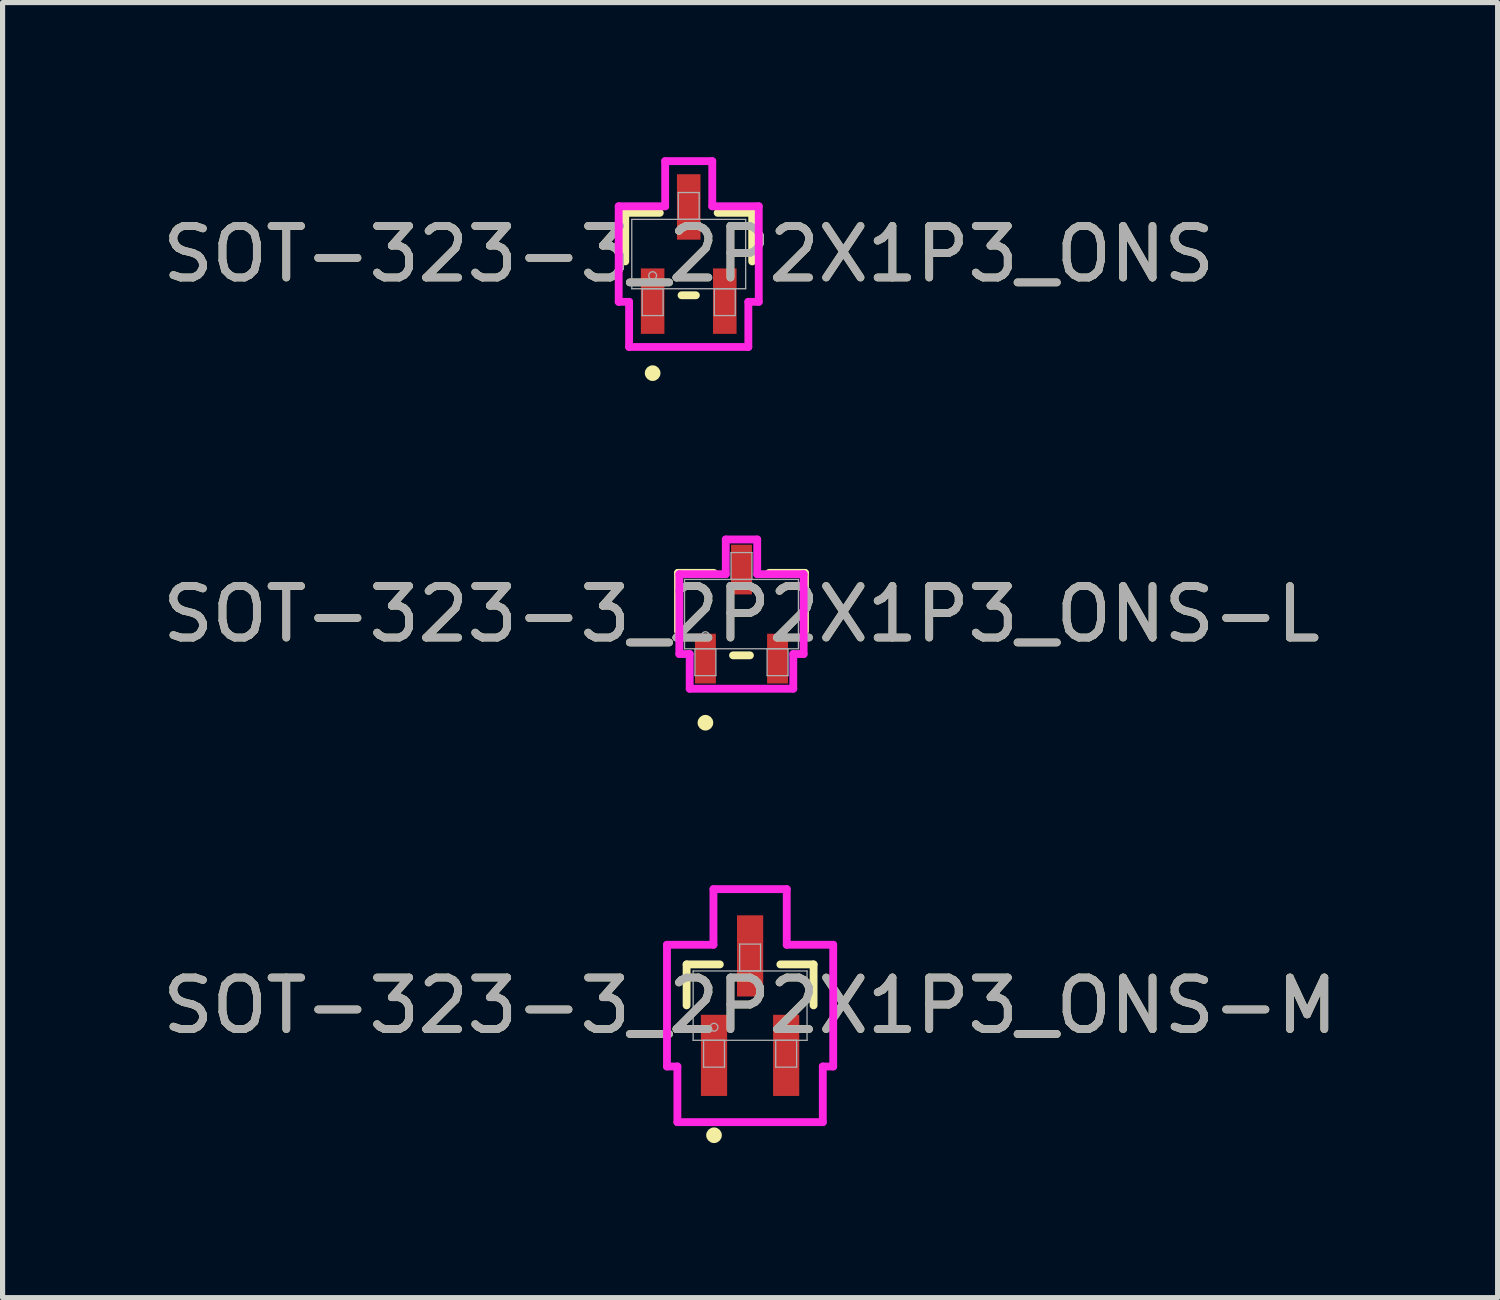
<source format=kicad_pcb>
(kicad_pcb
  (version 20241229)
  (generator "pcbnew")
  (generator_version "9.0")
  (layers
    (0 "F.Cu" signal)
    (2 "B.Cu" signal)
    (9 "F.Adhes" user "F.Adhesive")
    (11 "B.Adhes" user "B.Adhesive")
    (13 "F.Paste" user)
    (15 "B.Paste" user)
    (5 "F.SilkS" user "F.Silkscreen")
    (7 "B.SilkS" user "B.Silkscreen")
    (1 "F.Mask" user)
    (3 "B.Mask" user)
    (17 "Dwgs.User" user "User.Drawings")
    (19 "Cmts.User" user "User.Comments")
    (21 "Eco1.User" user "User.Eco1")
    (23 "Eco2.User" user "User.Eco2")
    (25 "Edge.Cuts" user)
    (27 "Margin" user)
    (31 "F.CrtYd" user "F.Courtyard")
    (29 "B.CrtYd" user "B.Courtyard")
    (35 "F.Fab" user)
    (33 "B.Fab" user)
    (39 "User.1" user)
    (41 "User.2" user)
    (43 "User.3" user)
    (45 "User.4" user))
  (footprint "SOT-323-3_2P2X1P3_ONS"
    (layer "F.Cu")
    (at 10.315 1.88)
    (property "Reference" "SOT-323-3_2P2X1P3_ONS" (at 0 0 0) (unlocked yes) (layer "F.SilkS") (effects (font (size 1 1) (thickness 0.15))))
    (attr smd)
    (fp_line (start -1.232 -0.8) (end -1.232 0.143) (stroke (width 0.152) (type solid)) (layer "F.SilkS"))
    (fp_line (start -0.561 -0.8) (end -1.232 -0.8) (stroke (width 0.152) (type solid)) (layer "F.SilkS"))
    (fp_line (start -0.139 0.8) (end 0.139 0.8) (stroke (width 0.152) (type solid)) (layer "F.SilkS"))
    (fp_line (start 1.232 -0.8) (end 0.561 -0.8) (stroke (width 0.152) (type solid)) (layer "F.SilkS"))
    (fp_line (start 1.232 0.143) (end 1.232 -0.8) (stroke (width 0.152) (type solid)) (layer "F.SilkS"))
    (fp_circle (center -0.7 2.311) (end -0.624 2.311) (stroke (width 0.152) (type solid)) (fill no) (layer "F.SilkS"))
    (fp_line (start -1.359 -0.927) (end -0.457 -0.927) (stroke (width 0.152) (type solid)) (layer "F.CrtYd"))
    (fp_line (start -1.359 0.927) (end -1.359 -0.927) (stroke (width 0.152) (type solid)) (layer "F.CrtYd"))
    (fp_line (start -1.359 0.927) (end -1.157 0.927) (stroke (width 0.152) (type solid)) (layer "F.CrtYd"))
    (fp_line (start -1.157 0.927) (end -1.157 1.803) (stroke (width 0.152) (type solid)) (layer "F.CrtYd"))
    (fp_line (start -1.157 1.803) (end 1.157 1.803) (stroke (width 0.152) (type solid)) (layer "F.CrtYd"))
    (fp_line (start -0.457 -1.803) (end 0.457 -1.803) (stroke (width 0.152) (type solid)) (layer "F.CrtYd"))
    (fp_line (start -0.457 -0.927) (end -0.457 -1.803) (stroke (width 0.152) (type solid)) (layer "F.CrtYd"))
    (fp_line (start 0.457 -0.927) (end 0.457 -1.803) (stroke (width 0.152) (type solid)) (layer "F.CrtYd"))
    (fp_line (start 1.157 0.927) (end 1.157 1.803) (stroke (width 0.152) (type solid)) (layer "F.CrtYd"))
    (fp_line (start 1.359 -0.927) (end 0.457 -0.927) (stroke (width 0.152) (type solid)) (layer "F.CrtYd"))
    (fp_line (start 1.359 -0.927) (end 1.359 0.927) (stroke (width 0.152) (type solid)) (layer "F.CrtYd"))
    (fp_line (start 1.359 0.927) (end 1.157 0.927) (stroke (width 0.152) (type solid)) (layer "F.CrtYd"))
    (fp_line (start -1.105 -0.673) (end -1.105 0.673) (stroke (width 0.025) (type solid)) (layer "F.Fab"))
    (fp_line (start -1.105 0.673) (end 1.105 0.673) (stroke (width 0.025) (type solid)) (layer "F.Fab"))
    (fp_line (start -0.903 0.673) (end -0.903 1.194) (stroke (width 0.025) (type solid)) (layer "F.Fab"))
    (fp_line (start -0.903 1.194) (end -0.497 1.194) (stroke (width 0.025) (type solid)) (layer "F.Fab"))
    (fp_line (start -0.497 0.673) (end -0.903 0.673) (stroke (width 0.025) (type solid)) (layer "F.Fab"))
    (fp_line (start -0.497 1.194) (end -0.497 0.673) (stroke (width 0.025) (type solid)) (layer "F.Fab"))
    (fp_line (start -0.203 -1.194) (end -0.203 -0.673) (stroke (width 0.025) (type solid)) (layer "F.Fab"))
    (fp_line (start -0.203 -0.673) (end 0.203 -0.673) (stroke (width 0.025) (type solid)) (layer "F.Fab"))
    (fp_line (start 0.203 -1.194) (end -0.203 -1.194) (stroke (width 0.025) (type solid)) (layer "F.Fab"))
    (fp_line (start 0.203 -0.673) (end 0.203 -1.194) (stroke (width 0.025) (type solid)) (layer "F.Fab"))
    (fp_line (start 0.497 0.673) (end 0.497 1.194) (stroke (width 0.025) (type solid)) (layer "F.Fab"))
    (fp_line (start 0.497 1.194) (end 0.903 1.194) (stroke (width 0.025) (type solid)) (layer "F.Fab"))
    (fp_line (start 0.903 0.673) (end 0.497 0.673) (stroke (width 0.025) (type solid)) (layer "F.Fab"))
    (fp_line (start 0.903 1.194) (end 0.903 0.673) (stroke (width 0.025) (type solid)) (layer "F.Fab"))
    (fp_line (start 1.105 -0.673) (end -1.105 -0.673) (stroke (width 0.025) (type solid)) (layer "F.Fab"))
    (fp_line (start 1.105 0.673) (end 1.105 -0.673) (stroke (width 0.025) (type solid)) (layer "F.Fab"))
    (fp_circle (center -0.7 0.419) (end -0.624 0.419) (stroke (width 0.025) (type solid)) (fill no) (layer "F.Fab"))
    (fp_text user "${REFERENCE}" (at 0 0 0) (unlocked yes) (layer "F.Fab") (effects (font (size 1 1) (thickness 0.15))))
    (pad "1" smd rect (at -0.7 0.914) (size 0.457 1.27) (layers "F.Cu" "F.Mask" "F.Paste"))
    (pad "2" smd rect (at 0.7 0.914) (size 0.457 1.27) (layers "F.Cu" "F.Mask" "F.Paste"))
    (pad "3" smd rect (at 0 -0.914) (size 0.457 1.27) (layers "F.Cu" "F.Mask" "F.Paste")))
  (footprint "SOT-323-3_2P2X1P3_ONS-L"
    (layer "F.Cu")
    (at 11.339 8.867)
    (property "Reference" "SOT-323-3_2P2X1P3_ONS-L" (at 0 0 0) (unlocked yes) (layer "F.SilkS") (effects (font (size 1 1) (thickness 0.15))))
    (attr smd)
    (fp_line (start -1.232 -0.8) (end -1.232 0.329) (stroke (width 0.152) (type solid)) (layer "F.SilkS"))
    (fp_line (start -0.536 -0.8) (end -1.232 -0.8) (stroke (width 0.152) (type solid)) (layer "F.SilkS"))
    (fp_line (start -0.164 0.8) (end 0.164 0.8) (stroke (width 0.152) (type solid)) (layer "F.SilkS"))
    (fp_line (start 1.232 -0.8) (end 0.536 -0.8) (stroke (width 0.152) (type solid)) (layer "F.SilkS"))
    (fp_line (start 1.232 0.329) (end 1.232 -0.8) (stroke (width 0.152) (type solid)) (layer "F.SilkS"))
    (fp_circle (center -0.7 2.108) (end -0.624 2.108) (stroke (width 0.152) (type solid)) (fill no) (layer "F.SilkS"))
    (fp_line (start -1.206 -0.775) (end -0.305 -0.775) (stroke (width 0.152) (type solid)) (layer "F.CrtYd"))
    (fp_line (start -1.206 0.775) (end -1.206 -0.775) (stroke (width 0.152) (type solid)) (layer "F.CrtYd"))
    (fp_line (start -1.206 0.775) (end -1.005 0.775) (stroke (width 0.152) (type solid)) (layer "F.CrtYd"))
    (fp_line (start -1.005 0.775) (end -1.005 1.448) (stroke (width 0.152) (type solid)) (layer "F.CrtYd"))
    (fp_line (start -1.005 1.448) (end 1.005 1.448) (stroke (width 0.152) (type solid)) (layer "F.CrtYd"))
    (fp_line (start -0.305 -1.448) (end 0.305 -1.448) (stroke (width 0.152) (type solid)) (layer "F.CrtYd"))
    (fp_line (start -0.305 -0.775) (end -0.305 -1.448) (stroke (width 0.152) (type solid)) (layer "F.CrtYd"))
    (fp_line (start 0.305 -0.775) (end 0.305 -1.448) (stroke (width 0.152) (type solid)) (layer "F.CrtYd"))
    (fp_line (start 1.005 0.775) (end 1.005 1.448) (stroke (width 0.152) (type solid)) (layer "F.CrtYd"))
    (fp_line (start 1.206 -0.775) (end 0.305 -0.775) (stroke (width 0.152) (type solid)) (layer "F.CrtYd"))
    (fp_line (start 1.206 -0.775) (end 1.206 0.775) (stroke (width 0.152) (type solid)) (layer "F.CrtYd"))
    (fp_line (start 1.206 0.775) (end 1.005 0.775) (stroke (width 0.152) (type solid)) (layer "F.CrtYd"))
    (fp_line (start -1.105 -0.673) (end -1.105 0.673) (stroke (width 0.025) (type solid)) (layer "F.Fab"))
    (fp_line (start -1.105 0.673) (end 1.105 0.673) (stroke (width 0.025) (type solid)) (layer "F.Fab"))
    (fp_line (start -0.903 0.673) (end -0.903 1.194) (stroke (width 0.025) (type solid)) (layer "F.Fab"))
    (fp_line (start -0.903 1.194) (end -0.497 1.194) (stroke (width 0.025) (type solid)) (layer "F.Fab"))
    (fp_line (start -0.497 0.673) (end -0.903 0.673) (stroke (width 0.025) (type solid)) (layer "F.Fab"))
    (fp_line (start -0.497 1.194) (end -0.497 0.673) (stroke (width 0.025) (type solid)) (layer "F.Fab"))
    (fp_line (start -0.203 -1.194) (end -0.203 -0.673) (stroke (width 0.025) (type solid)) (layer "F.Fab"))
    (fp_line (start -0.203 -0.673) (end 0.203 -0.673) (stroke (width 0.025) (type solid)) (layer "F.Fab"))
    (fp_line (start 0.203 -1.194) (end -0.203 -1.194) (stroke (width 0.025) (type solid)) (layer "F.Fab"))
    (fp_line (start 0.203 -0.673) (end 0.203 -1.194) (stroke (width 0.025) (type solid)) (layer "F.Fab"))
    (fp_line (start 0.497 0.673) (end 0.497 1.194) (stroke (width 0.025) (type solid)) (layer "F.Fab"))
    (fp_line (start 0.497 1.194) (end 0.903 1.194) (stroke (width 0.025) (type solid)) (layer "F.Fab"))
    (fp_line (start 0.903 0.673) (end 0.497 0.673) (stroke (width 0.025) (type solid)) (layer "F.Fab"))
    (fp_line (start 0.903 1.194) (end 0.903 0.673) (stroke (width 0.025) (type solid)) (layer "F.Fab"))
    (fp_line (start 1.105 -0.673) (end -1.105 -0.673) (stroke (width 0.025) (type solid)) (layer "F.Fab"))
    (fp_line (start 1.105 0.673) (end 1.105 -0.673) (stroke (width 0.025) (type solid)) (layer "F.Fab"))
    (fp_circle (center -0.7 0.419) (end -0.624 0.419) (stroke (width 0.025) (type solid)) (fill no) (layer "F.Fab"))
    (fp_text user "${REFERENCE}" (at 0 0 0) (unlocked yes) (layer "F.Fab") (effects (font (size 1 1) (thickness 0.15))))
    (pad "1" smd rect (at -0.7 0.864) (size 0.406 0.965) (layers "F.Cu" "F.Mask" "F.Paste"))
    (pad "2" smd rect (at 0.7 0.864) (size 0.406 0.965) (layers "F.Cu" "F.Mask" "F.Paste"))
    (pad "3" smd rect (at 0 -0.864) (size 0.406 0.965) (layers "F.Cu" "F.Mask" "F.Paste")))
  (footprint "SOT-323-3_2P2X1P3_ONS-M"
    (layer "F.Cu")
    (at 11.506 16.465)
    (property "Reference" "SOT-323-3_2P2X1P3_ONS-M" (at 0 0 0) (unlocked yes) (layer "F.SilkS") (effects (font (size 1 1) (thickness 0.15))))
    (attr smd)
    (fp_line (start -1.232 -0.8) (end -1.232 -0.005) (stroke (width 0.152) (type solid)) (layer "F.SilkS"))
    (fp_line (start -0.587 -0.8) (end -1.232 -0.8) (stroke (width 0.152) (type solid)) (layer "F.SilkS"))
    (fp_line (start 1.232 -0.8) (end 0.587 -0.8) (stroke (width 0.152) (type solid)) (layer "F.SilkS"))
    (fp_line (start 1.232 -0.005) (end 1.232 -0.8) (stroke (width 0.152) (type solid)) (layer "F.SilkS"))
    (fp_circle (center -0.7 2.515) (end -0.624 2.515) (stroke (width 0.152) (type solid)) (fill no) (layer "F.SilkS"))
    (fp_line (start -1.613 -1.181) (end -0.711 -1.181) (stroke (width 0.152) (type solid)) (layer "F.CrtYd"))
    (fp_line (start -1.613 1.181) (end -1.613 -1.181) (stroke (width 0.152) (type solid)) (layer "F.CrtYd"))
    (fp_line (start -1.613 1.181) (end -1.411 1.181) (stroke (width 0.152) (type solid)) (layer "F.CrtYd"))
    (fp_line (start -1.411 1.181) (end -1.411 2.261) (stroke (width 0.152) (type solid)) (layer "F.CrtYd"))
    (fp_line (start -1.411 2.261) (end 1.411 2.261) (stroke (width 0.152) (type solid)) (layer "F.CrtYd"))
    (fp_line (start -0.711 -2.261) (end 0.711 -2.261) (stroke (width 0.152) (type solid)) (layer "F.CrtYd"))
    (fp_line (start -0.711 -1.181) (end -0.711 -2.261) (stroke (width 0.152) (type solid)) (layer "F.CrtYd"))
    (fp_line (start 0.711 -1.181) (end 0.711 -2.261) (stroke (width 0.152) (type solid)) (layer "F.CrtYd"))
    (fp_line (start 1.411 1.181) (end 1.411 2.261) (stroke (width 0.152) (type solid)) (layer "F.CrtYd"))
    (fp_line (start 1.613 -1.181) (end 0.711 -1.181) (stroke (width 0.152) (type solid)) (layer "F.CrtYd"))
    (fp_line (start 1.613 -1.181) (end 1.613 1.181) (stroke (width 0.152) (type solid)) (layer "F.CrtYd"))
    (fp_line (start 1.613 1.181) (end 1.411 1.181) (stroke (width 0.152) (type solid)) (layer "F.CrtYd"))
    (fp_line (start -1.105 -0.673) (end -1.105 0.673) (stroke (width 0.025) (type solid)) (layer "F.Fab"))
    (fp_line (start -1.105 0.673) (end 1.105 0.673) (stroke (width 0.025) (type solid)) (layer "F.Fab"))
    (fp_line (start -0.903 0.673) (end -0.903 1.194) (stroke (width 0.025) (type solid)) (layer "F.Fab"))
    (fp_line (start -0.903 1.194) (end -0.497 1.194) (stroke (width 0.025) (type solid)) (layer "F.Fab"))
    (fp_line (start -0.497 0.673) (end -0.903 0.673) (stroke (width 0.025) (type solid)) (layer "F.Fab"))
    (fp_line (start -0.497 1.194) (end -0.497 0.673) (stroke (width 0.025) (type solid)) (layer "F.Fab"))
    (fp_line (start -0.203 -1.194) (end -0.203 -0.673) (stroke (width 0.025) (type solid)) (layer "F.Fab"))
    (fp_line (start -0.203 -0.673) (end 0.203 -0.673) (stroke (width 0.025) (type solid)) (layer "F.Fab"))
    (fp_line (start 0.203 -1.194) (end -0.203 -1.194) (stroke (width 0.025) (type solid)) (layer "F.Fab"))
    (fp_line (start 0.203 -0.673) (end 0.203 -1.194) (stroke (width 0.025) (type solid)) (layer "F.Fab"))
    (fp_line (start 0.497 0.673) (end 0.497 1.194) (stroke (width 0.025) (type solid)) (layer "F.Fab"))
    (fp_line (start 0.497 1.194) (end 0.903 1.194) (stroke (width 0.025) (type solid)) (layer "F.Fab"))
    (fp_line (start 0.903 0.673) (end 0.497 0.673) (stroke (width 0.025) (type solid)) (layer "F.Fab"))
    (fp_line (start 0.903 1.194) (end 0.903 0.673) (stroke (width 0.025) (type solid)) (layer "F.Fab"))
    (fp_line (start 1.105 -0.673) (end -1.105 -0.673) (stroke (width 0.025) (type solid)) (layer "F.Fab"))
    (fp_line (start 1.105 0.673) (end 1.105 -0.673) (stroke (width 0.025) (type solid)) (layer "F.Fab"))
    (fp_circle (center -0.7 0.419) (end -0.624 0.419) (stroke (width 0.025) (type solid)) (fill no) (layer "F.Fab"))
    (fp_text user "${REFERENCE}" (at 0 0 0) (unlocked yes) (layer "F.Fab") (effects (font (size 1 1) (thickness 0.15))))
    (pad "1" smd rect (at -0.7 0.965) (size 0.508 1.575) (layers "F.Cu" "F.Mask" "F.Paste"))
    (pad "2" smd rect (at 0.7 0.965) (size 0.508 1.575) (layers "F.Cu" "F.Mask" "F.Paste"))
    (pad "3" smd rect (at 0 -0.965) (size 0.508 1.575) (layers "F.Cu" "F.Mask" "F.Paste")))
  (gr_rect
    (start -3 -3)
    (end 26.012 22.132)
    (stroke (width 0.1) (type default))
    (fill no)
    (layer "Edge.Cuts")))
</source>
